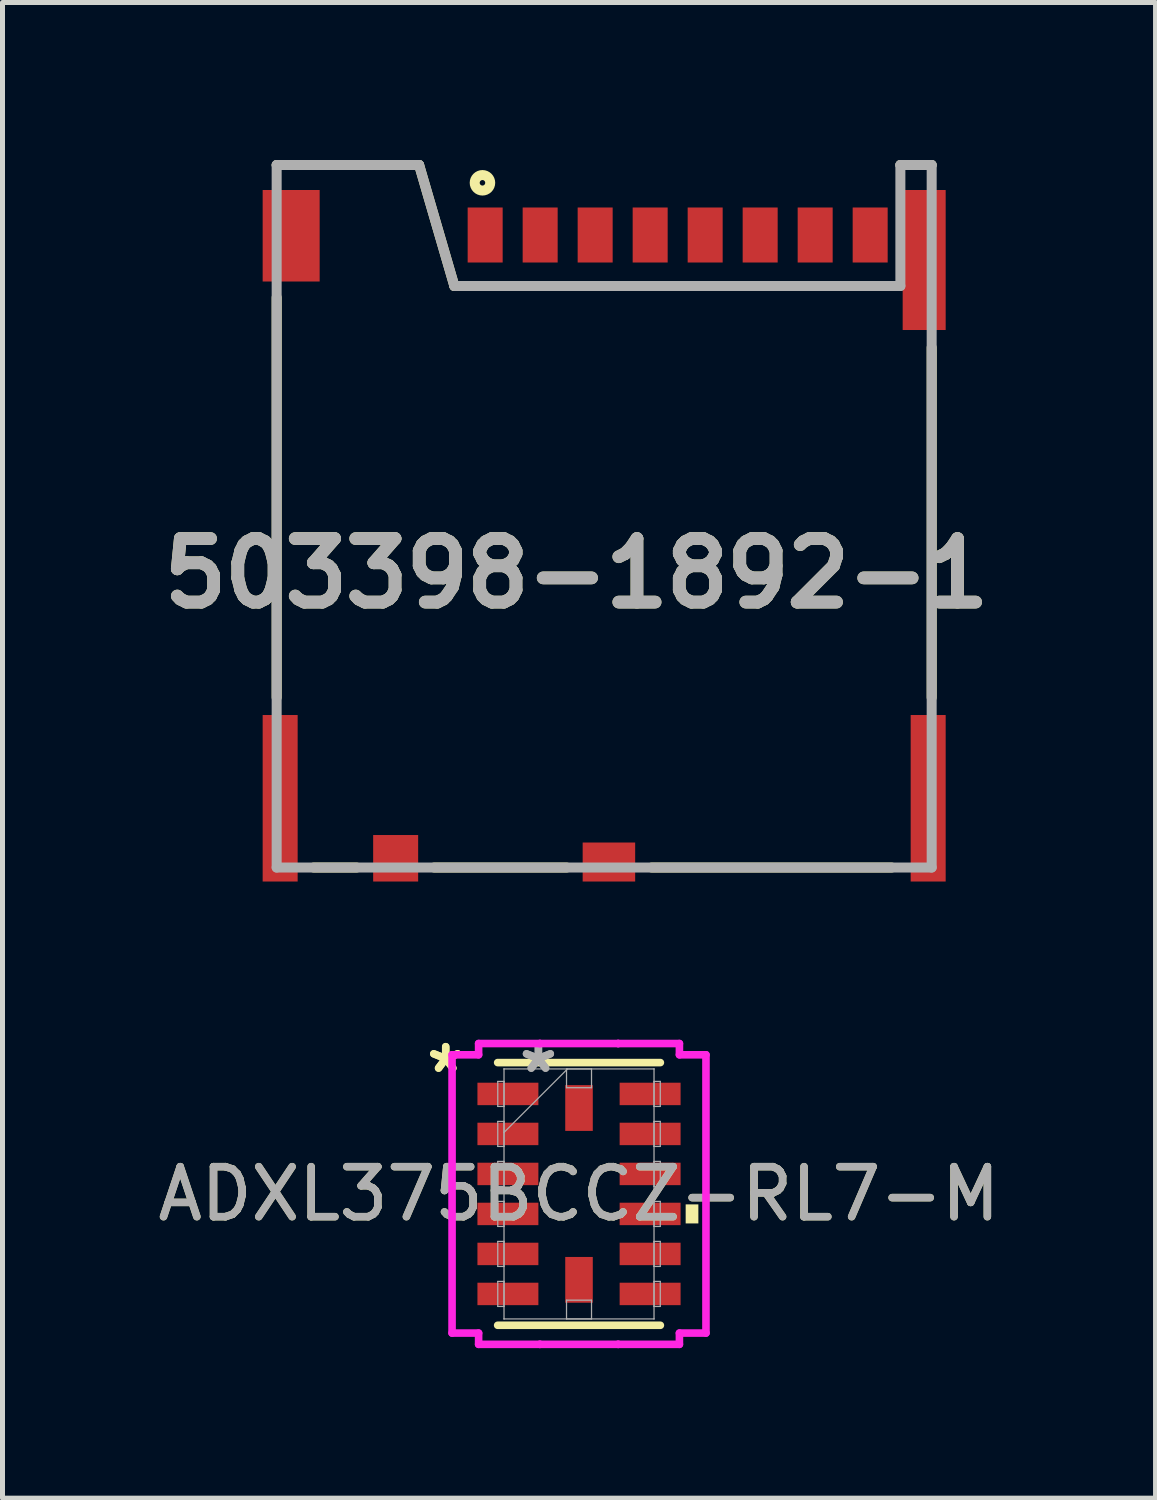
<source format=kicad_pcb>
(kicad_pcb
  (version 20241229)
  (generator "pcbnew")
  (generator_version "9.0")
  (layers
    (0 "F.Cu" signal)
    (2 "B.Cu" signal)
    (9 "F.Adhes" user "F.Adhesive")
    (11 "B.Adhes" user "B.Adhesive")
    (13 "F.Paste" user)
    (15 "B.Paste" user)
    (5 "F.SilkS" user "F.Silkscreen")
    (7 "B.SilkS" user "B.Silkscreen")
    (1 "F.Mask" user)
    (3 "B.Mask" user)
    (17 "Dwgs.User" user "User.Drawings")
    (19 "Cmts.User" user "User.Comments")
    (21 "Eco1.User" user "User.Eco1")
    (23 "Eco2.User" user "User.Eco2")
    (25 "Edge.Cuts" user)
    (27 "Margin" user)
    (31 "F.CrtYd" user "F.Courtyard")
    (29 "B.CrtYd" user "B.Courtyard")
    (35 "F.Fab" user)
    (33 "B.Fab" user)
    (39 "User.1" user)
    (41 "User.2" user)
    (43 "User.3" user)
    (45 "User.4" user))
  (footprint "ADXL375BCCZ-RL7-M"
    (layer "F.Cu")
    (at 8.53 20.828)
    (property "Reference" "ADXL375BCCZ-RL7-M" (at 0 0 0) (unlocked yes) (layer "F.SilkS") (effects (font (size 1 1) (thickness 0.15))))
    (attr smd)
    (fp_line (start -1.627 2.627) (end 1.627 2.627) (stroke (width 0.152) (type solid)) (layer "F.SilkS"))
    (fp_line (start 1.627 -2.627) (end -1.627 -2.627) (stroke (width 0.152) (type solid)) (layer "F.SilkS"))
    (fp_poly (pts (xy 2.387 0.209) (xy 2.387 0.59) (xy 2.133 0.59) (xy 2.133 0.209)) (stroke (width 0) (type solid)) (fill yes) (layer "F.SilkS"))
    (fp_line (start -2.539 -2.783) (end -2.008 -2.783) (stroke (width 0.152) (type solid)) (layer "F.CrtYd"))
    (fp_line (start -2.539 2.783) (end -2.539 -2.783) (stroke (width 0.152) (type solid)) (layer "F.CrtYd"))
    (fp_line (start -2.008 -3.008) (end -0.783 -3.008) (stroke (width 0.152) (type solid)) (layer "F.CrtYd"))
    (fp_line (start -2.008 -2.783) (end -2.008 -3.008) (stroke (width 0.152) (type solid)) (layer "F.CrtYd"))
    (fp_line (start -2.008 2.783) (end -2.539 2.783) (stroke (width 0.152) (type solid)) (layer "F.CrtYd"))
    (fp_line (start -2.008 3.008) (end -2.008 2.783) (stroke (width 0.152) (type solid)) (layer "F.CrtYd"))
    (fp_line (start -0.783 -3.008) (end -0.783 -3.008) (stroke (width 0.152) (type solid)) (layer "F.CrtYd"))
    (fp_line (start -0.783 -3.008) (end 0.783 -3.008) (stroke (width 0.152) (type solid)) (layer "F.CrtYd"))
    (fp_line (start -0.783 3.008) (end -2.008 3.008) (stroke (width 0.152) (type solid)) (layer "F.CrtYd"))
    (fp_line (start -0.783 3.008) (end -0.783 3.008) (stroke (width 0.152) (type solid)) (layer "F.CrtYd"))
    (fp_line (start 0.783 -3.008) (end 0.783 -3.008) (stroke (width 0.152) (type solid)) (layer "F.CrtYd"))
    (fp_line (start 0.783 -3.008) (end 2.008 -3.008) (stroke (width 0.152) (type solid)) (layer "F.CrtYd"))
    (fp_line (start 0.783 3.008) (end -0.783 3.008) (stroke (width 0.152) (type solid)) (layer "F.CrtYd"))
    (fp_line (start 0.783 3.008) (end 0.783 3.008) (stroke (width 0.152) (type solid)) (layer "F.CrtYd"))
    (fp_line (start 2.008 -3.008) (end 2.008 -2.783) (stroke (width 0.152) (type solid)) (layer "F.CrtYd"))
    (fp_line (start 2.008 -2.783) (end 2.539 -2.783) (stroke (width 0.152) (type solid)) (layer "F.CrtYd"))
    (fp_line (start 2.008 2.783) (end 2.008 3.008) (stroke (width 0.152) (type solid)) (layer "F.CrtYd"))
    (fp_line (start 2.008 3.008) (end 0.783 3.008) (stroke (width 0.152) (type solid)) (layer "F.CrtYd"))
    (fp_line (start 2.539 -2.783) (end 2.539 2.783) (stroke (width 0.152) (type solid)) (layer "F.CrtYd"))
    (fp_line (start 2.539 2.783) (end 2.008 2.783) (stroke (width 0.152) (type solid)) (layer "F.CrtYd"))
    (fp_line (start -1.625 -2.25) (end -1.625 -1.75) (stroke (width 0.025) (type solid)) (layer "F.Fab"))
    (fp_line (start -1.625 -1.75) (end -1.5 -1.75) (stroke (width 0.025) (type solid)) (layer "F.Fab"))
    (fp_line (start -1.625 -1.45) (end -1.625 -0.95) (stroke (width 0.025) (type solid)) (layer "F.Fab"))
    (fp_line (start -1.625 -0.95) (end -1.5 -0.95) (stroke (width 0.025) (type solid)) (layer "F.Fab"))
    (fp_line (start -1.625 -0.65) (end -1.625 -0.15) (stroke (width 0.025) (type solid)) (layer "F.Fab"))
    (fp_line (start -1.625 -0.15) (end -1.5 -0.15) (stroke (width 0.025) (type solid)) (layer "F.Fab"))
    (fp_line (start -1.625 0.15) (end -1.625 0.65) (stroke (width 0.025) (type solid)) (layer "F.Fab"))
    (fp_line (start -1.625 0.65) (end -1.5 0.65) (stroke (width 0.025) (type solid)) (layer "F.Fab"))
    (fp_line (start -1.625 0.95) (end -1.625 1.45) (stroke (width 0.025) (type solid)) (layer "F.Fab"))
    (fp_line (start -1.625 1.45) (end -1.5 1.45) (stroke (width 0.025) (type solid)) (layer "F.Fab"))
    (fp_line (start -1.625 1.75) (end -1.625 2.25) (stroke (width 0.025) (type solid)) (layer "F.Fab"))
    (fp_line (start -1.625 2.25) (end -1.5 2.25) (stroke (width 0.025) (type solid)) (layer "F.Fab"))
    (fp_line (start -1.5 -2.5) (end -1.5 -2.5) (stroke (width 0.025) (type solid)) (layer "F.Fab"))
    (fp_line (start -1.5 -2.5) (end -1.5 2.5) (stroke (width 0.025) (type solid)) (layer "F.Fab"))
    (fp_line (start -1.5 -2.25) (end -1.625 -2.25) (stroke (width 0.025) (type solid)) (layer "F.Fab"))
    (fp_line (start -1.5 -1.75) (end -1.5 -2.25) (stroke (width 0.025) (type solid)) (layer "F.Fab"))
    (fp_line (start -1.5 -1.45) (end -1.625 -1.45) (stroke (width 0.025) (type solid)) (layer "F.Fab"))
    (fp_line (start -1.5 -1.23) (end -0.23 -2.5) (stroke (width 0.025) (type solid)) (layer "F.Fab"))
    (fp_line (start -1.5 -0.95) (end -1.5 -1.45) (stroke (width 0.025) (type solid)) (layer "F.Fab"))
    (fp_line (start -1.5 -0.65) (end -1.625 -0.65) (stroke (width 0.025) (type solid)) (layer "F.Fab"))
    (fp_line (start -1.5 -0.15) (end -1.5 -0.65) (stroke (width 0.025) (type solid)) (layer "F.Fab"))
    (fp_line (start -1.5 0.15) (end -1.625 0.15) (stroke (width 0.025) (type solid)) (layer "F.Fab"))
    (fp_line (start -1.5 0.65) (end -1.5 0.15) (stroke (width 0.025) (type solid)) (layer "F.Fab"))
    (fp_line (start -1.5 0.95) (end -1.625 0.95) (stroke (width 0.025) (type solid)) (layer "F.Fab"))
    (fp_line (start -1.5 1.45) (end -1.5 0.95) (stroke (width 0.025) (type solid)) (layer "F.Fab"))
    (fp_line (start -1.5 1.75) (end -1.625 1.75) (stroke (width 0.025) (type solid)) (layer "F.Fab"))
    (fp_line (start -1.5 2.25) (end -1.5 1.75) (stroke (width 0.025) (type solid)) (layer "F.Fab"))
    (fp_line (start -1.5 2.5) (end -1.5 2.5) (stroke (width 0.025) (type solid)) (layer "F.Fab"))
    (fp_line (start -1.5 2.5) (end 1.5 2.5) (stroke (width 0.025) (type solid)) (layer "F.Fab"))
    (fp_line (start -0.25 -2.5) (end 0.25 -2.5) (stroke (width 0.025) (type solid)) (layer "F.Fab"))
    (fp_line (start -0.25 -2.125) (end -0.25 -2.5) (stroke (width 0.025) (type solid)) (layer "F.Fab"))
    (fp_line (start -0.25 2.125) (end 0.25 2.125) (stroke (width 0.025) (type solid)) (layer "F.Fab"))
    (fp_line (start -0.25 2.5) (end -0.25 2.125) (stroke (width 0.025) (type solid)) (layer "F.Fab"))
    (fp_line (start 0.25 -2.5) (end 0.25 -2.125) (stroke (width 0.025) (type solid)) (layer "F.Fab"))
    (fp_line (start 0.25 -2.125) (end -0.25 -2.125) (stroke (width 0.025) (type solid)) (layer "F.Fab"))
    (fp_line (start 0.25 2.125) (end 0.25 2.5) (stroke (width 0.025) (type solid)) (layer "F.Fab"))
    (fp_line (start 0.25 2.5) (end -0.25 2.5) (stroke (width 0.025) (type solid)) (layer "F.Fab"))
    (fp_line (start 1.5 -2.5) (end -1.5 -2.5) (stroke (width 0.025) (type solid)) (layer "F.Fab"))
    (fp_line (start 1.5 -2.5) (end 1.5 -2.5) (stroke (width 0.025) (type solid)) (layer "F.Fab"))
    (fp_line (start 1.5 -2.25) (end 1.5 -1.75) (stroke (width 0.025) (type solid)) (layer "F.Fab"))
    (fp_line (start 1.5 -1.75) (end 1.625 -1.75) (stroke (width 0.025) (type solid)) (layer "F.Fab"))
    (fp_line (start 1.5 -1.45) (end 1.5 -0.95) (stroke (width 0.025) (type solid)) (layer "F.Fab"))
    (fp_line (start 1.5 -0.95) (end 1.625 -0.95) (stroke (width 0.025) (type solid)) (layer "F.Fab"))
    (fp_line (start 1.5 -0.65) (end 1.5 -0.15) (stroke (width 0.025) (type solid)) (layer "F.Fab"))
    (fp_line (start 1.5 -0.15) (end 1.625 -0.15) (stroke (width 0.025) (type solid)) (layer "F.Fab"))
    (fp_line (start 1.5 0.15) (end 1.5 0.65) (stroke (width 0.025) (type solid)) (layer "F.Fab"))
    (fp_line (start 1.5 0.65) (end 1.625 0.65) (stroke (width 0.025) (type solid)) (layer "F.Fab"))
    (fp_line (start 1.5 0.95) (end 1.5 1.45) (stroke (width 0.025) (type solid)) (layer "F.Fab"))
    (fp_line (start 1.5 1.45) (end 1.625 1.45) (stroke (width 0.025) (type solid)) (layer "F.Fab"))
    (fp_line (start 1.5 1.75) (end 1.5 2.25) (stroke (width 0.025) (type solid)) (layer "F.Fab"))
    (fp_line (start 1.5 2.25) (end 1.625 2.25) (stroke (width 0.025) (type solid)) (layer "F.Fab"))
    (fp_line (start 1.5 2.5) (end 1.5 -2.5) (stroke (width 0.025) (type solid)) (layer "F.Fab"))
    (fp_line (start 1.5 2.5) (end 1.5 2.5) (stroke (width 0.025) (type solid)) (layer "F.Fab"))
    (fp_line (start 1.625 -2.25) (end 1.5 -2.25) (stroke (width 0.025) (type solid)) (layer "F.Fab"))
    (fp_line (start 1.625 -1.75) (end 1.625 -2.25) (stroke (width 0.025) (type solid)) (layer "F.Fab"))
    (fp_line (start 1.625 -1.45) (end 1.5 -1.45) (stroke (width 0.025) (type solid)) (layer "F.Fab"))
    (fp_line (start 1.625 -0.95) (end 1.625 -1.45) (stroke (width 0.025) (type solid)) (layer "F.Fab"))
    (fp_line (start 1.625 -0.65) (end 1.5 -0.65) (stroke (width 0.025) (type solid)) (layer "F.Fab"))
    (fp_line (start 1.625 -0.15) (end 1.625 -0.65) (stroke (width 0.025) (type solid)) (layer "F.Fab"))
    (fp_line (start 1.625 0.15) (end 1.5 0.15) (stroke (width 0.025) (type solid)) (layer "F.Fab"))
    (fp_line (start 1.625 0.65) (end 1.625 0.15) (stroke (width 0.025) (type solid)) (layer "F.Fab"))
    (fp_line (start 1.625 0.95) (end 1.5 0.95) (stroke (width 0.025) (type solid)) (layer "F.Fab"))
    (fp_line (start 1.625 1.45) (end 1.625 0.95) (stroke (width 0.025) (type solid)) (layer "F.Fab"))
    (fp_line (start 1.625 1.75) (end 1.5 1.75) (stroke (width 0.025) (type solid)) (layer "F.Fab"))
    (fp_line (start 1.625 2.25) (end 1.625 1.75) (stroke (width 0.025) (type solid)) (layer "F.Fab"))
    (fp_text user "*" (at -2.666 -2.4 0) (layer "F.SilkS") (effects (font (size 1 1) (thickness 0.15))))
    (fp_text user "*" (at -2.666 -2.4 0) (unlocked yes) (layer "F.SilkS") (effects (font (size 1 1) (thickness 0.15))))
    (fp_text user "*" (at -0.812 -2.4 0) (unlocked yes) (layer "F.Fab") (effects (font (size 1 1) (thickness 0.15))))
    (fp_text user "*" (at -0.812 -2.4 0) (layer "F.Fab") (effects (font (size 1 1) (thickness 0.15))))
    (fp_text user "${REFERENCE}" (at 0 0 0) (unlocked yes) (layer "F.Fab") (effects (font (size 1 1) (thickness 0.15))))
    (pad "1" smd rect (at -1.422 -2 90) (size 0.449 1.219) (layers "F.Cu" "F.Mask" "F.Paste"))
    (pad "2" smd rect (at -1.422 -1.2 90) (size 0.449 1.219) (layers "F.Cu" "F.Mask" "F.Paste"))
    (pad "3" smd rect (at -1.422 -0.4 90) (size 0.449 1.219) (layers "F.Cu" "F.Mask" "F.Paste"))
    (pad "4" smd rect (at -1.422 0.4 90) (size 0.449 1.219) (layers "F.Cu" "F.Mask" "F.Paste"))
    (pad "5" smd rect (at -1.422 1.2 90) (size 0.449 1.219) (layers "F.Cu" "F.Mask" "F.Paste"))
    (pad "6" smd rect (at -1.422 2 90) (size 0.449 1.219) (layers "F.Cu" "F.Mask" "F.Paste"))
    (pad "7" smd rect (at 0 1.718) (size 0.551 0.915) (layers "F.Cu" "F.Mask" "F.Paste"))
    (pad "8" smd rect (at 1.422 2 90) (size 0.449 1.219) (layers "F.Cu" "F.Mask" "F.Paste"))
    (pad "9" smd rect (at 1.422 1.2 90) (size 0.449 1.219) (layers "F.Cu" "F.Mask" "F.Paste"))
    (pad "10" smd rect (at 1.422 0.4 90) (size 0.449 1.219) (layers "F.Cu" "F.Mask" "F.Paste"))
    (pad "11" smd rect (at 1.422 -0.4 90) (size 0.449 1.219) (layers "F.Cu" "F.Mask" "F.Paste"))
    (pad "12" smd rect (at 1.422 -1.2 90) (size 0.449 1.219) (layers "F.Cu" "F.Mask" "F.Paste"))
    (pad "13" smd rect (at 1.422 -2 90) (size 0.449 1.219) (layers "F.Cu" "F.Mask" "F.Paste"))
    (pad "14" smd rect (at 0 -1.718) (size 0.551 0.915) (layers "F.Cu" "F.Mask" "F.Paste")))
  (footprint "503398-1892-1"
    (layer "F.Cu")
    (at 2.483 0.25)
    (property "Reference" "503398-1892-1" (at 5.996 8.167 0) (layer "F.SilkS") (effects (font (size 1.27 1.27) (thickness 0.254))))
    (attr smd)
    (fp_line (start 0 0) (end 2.849 0) (stroke (width 0.2) (type solid)) (layer "F.SilkS"))
    (fp_line (start 0 2.65) (end 0 10.648) (stroke (width 0.2) (type solid)) (layer "F.SilkS"))
    (fp_line (start 0.74 14.05) (end 1.6 14.05) (stroke (width 0.2) (type solid)) (layer "F.SilkS"))
    (fp_line (start 2.849 0) (end 3.554 2.42) (stroke (width 0.2) (type solid)) (layer "F.SilkS"))
    (fp_line (start 3.15 14.05) (end 5.8 14.05) (stroke (width 0.2) (type solid)) (layer "F.SilkS"))
    (fp_line (start 3.554 2.42) (end 12.109 2.42) (stroke (width 0.2) (type solid)) (layer "F.SilkS"))
    (fp_line (start 7.5 14.05) (end 12.3 14.05) (stroke (width 0.2) (type solid)) (layer "F.SilkS"))
    (fp_line (start 13.1 0) (end 12.474 0) (stroke (width 0.2) (type solid)) (layer "F.SilkS"))
    (fp_line (start 13.1 3.65) (end 13.1 10.65) (stroke (width 0.2) (type solid)) (layer "F.SilkS"))
    (fp_circle (center 4.116 0.356) (end 4.116 0.411) (stroke (width 0.2) (type solid)) (fill no) (layer "F.SilkS"))
    (fp_line (start 0 0) (end 0 14.05) (stroke (width 0.2) (type solid)) (layer "F.Fab"))
    (fp_line (start 0 0) (end 2.849 0) (stroke (width 0.2) (type solid)) (layer "F.Fab"))
    (fp_line (start 0 14.05) (end 13.1 14.05) (stroke (width 0.2) (type solid)) (layer "F.Fab"))
    (fp_line (start 2.849 0) (end 3.554 2.42) (stroke (width 0.2) (type solid)) (layer "F.Fab"))
    (fp_line (start 12.474 0) (end 12.474 2.42) (stroke (width 0.2) (type solid)) (layer "F.Fab"))
    (fp_line (start 12.474 2.42) (end 3.554 2.42) (stroke (width 0.2) (type solid)) (layer "F.Fab"))
    (fp_line (start 13.1 0) (end 12.474 0) (stroke (width 0.2) (type solid)) (layer "F.Fab"))
    (fp_line (start 13.1 14.05) (end 13.1 0) (stroke (width 0.2) (type solid)) (layer "F.Fab"))
    (fp_text user "${REFERENCE}" (at 5.996 8.167 0) (layer "F.Fab") (effects (font (size 1.27 1.27) (thickness 0.254))))
    (pad "1" smd rect (at 4.17 1.4) (size 0.7 1.1) (layers "F.Cu" "F.Mask" "F.Paste"))
    (pad "2" smd rect (at 5.27 1.4) (size 0.7 1.1) (layers "F.Cu" "F.Mask" "F.Paste"))
    (pad "3" smd rect (at 6.37 1.4) (size 0.7 1.1) (layers "F.Cu" "F.Mask" "F.Paste"))
    (pad "4" smd rect (at 7.47 1.4) (size 0.7 1.1) (layers "F.Cu" "F.Mask" "F.Paste"))
    (pad "5" smd rect (at 8.57 1.4) (size 0.7 1.1) (layers "F.Cu" "F.Mask" "F.Paste"))
    (pad "6" smd rect (at 9.67 1.4) (size 0.7 1.1) (layers "F.Cu" "F.Mask" "F.Paste"))
    (pad "7" smd rect (at 10.77 1.4) (size 0.7 1.1) (layers "F.Cu" "F.Mask" "F.Paste"))
    (pad "8" smd rect (at 11.87 1.4) (size 0.7 1.1) (layers "F.Cu" "F.Mask" "F.Paste"))
    (pad "9" smd rect (at 2.38 13.865) (size 0.9 0.93) (layers "F.Cu" "F.Mask" "F.Paste"))
    (pad "10" smd rect (at 6.645 13.94 90) (size 0.78 1.05) (layers "F.Cu" "F.Mask" "F.Paste"))
    (pad "11" smd rect (at 13.03 12.665) (size 0.7 3.33) (layers "F.Cu" "F.Mask" "F.Paste"))
    (pad "12" smd rect (at 12.95 1.9) (size 0.86 2.8) (layers "F.Cu" "F.Mask" "F.Paste"))
    (pad "13" smd rect (at 0.29 1.415) (size 1.14 1.83) (layers "F.Cu" "F.Mask" "F.Paste"))
    (pad "14" smd rect (at 0.07 12.665) (size 0.7 3.33) (layers "F.Cu" "F.Mask" "F.Paste")))
  (gr_rect
    (start -3 -3)
    (end 20.06 26.912)
    (stroke (width 0.1) (type default))
    (fill no)
    (layer "Edge.Cuts")))
</source>
